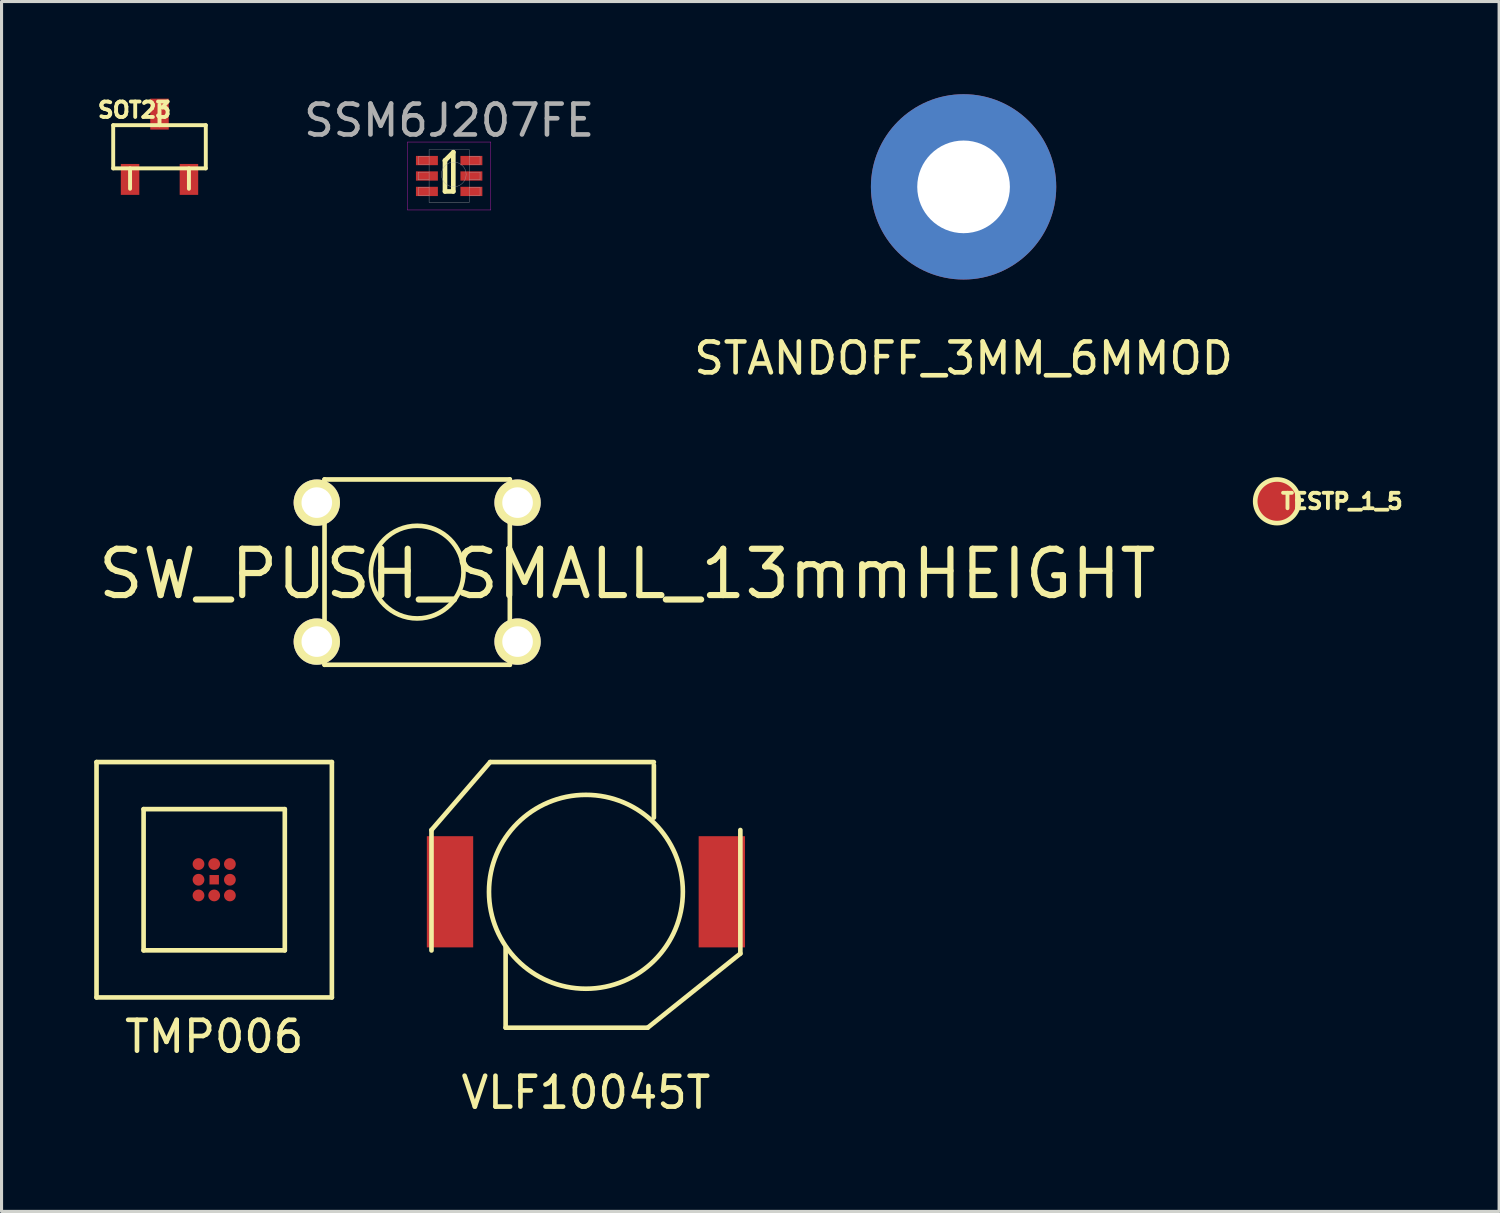
<source format=kicad_pcb>
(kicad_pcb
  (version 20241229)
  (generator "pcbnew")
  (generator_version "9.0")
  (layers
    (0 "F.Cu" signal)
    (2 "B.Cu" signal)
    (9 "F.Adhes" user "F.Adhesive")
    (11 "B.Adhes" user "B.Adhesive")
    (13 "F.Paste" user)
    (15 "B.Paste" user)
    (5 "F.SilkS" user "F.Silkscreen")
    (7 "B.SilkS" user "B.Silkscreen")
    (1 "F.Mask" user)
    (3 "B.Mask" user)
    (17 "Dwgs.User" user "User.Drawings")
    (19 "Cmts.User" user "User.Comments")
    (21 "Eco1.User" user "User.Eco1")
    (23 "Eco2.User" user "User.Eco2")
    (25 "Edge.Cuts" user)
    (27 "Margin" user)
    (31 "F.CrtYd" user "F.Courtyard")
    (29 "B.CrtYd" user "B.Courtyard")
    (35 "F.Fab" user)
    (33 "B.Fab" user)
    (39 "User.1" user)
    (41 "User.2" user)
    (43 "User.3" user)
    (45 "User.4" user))
  (footprint "TMP006"
    (layer "F.Cu")
    (at 3.885 25.433)
    (property "Reference" "TMP006" (at 0 5.08 0) (layer "F.SilkS") (effects (font (size 1 1) (thickness 0.15))))
    (attr through_hole)
    (fp_line (start -3.81 -3.81) (end 3.81 -3.81) (stroke (width 0.15) (type solid)) (layer "F.SilkS"))
    (fp_line (start -3.81 3.81) (end -3.81 -3.81) (stroke (width 0.15) (type solid)) (layer "F.SilkS"))
    (fp_line (start -2.286 -2.286) (end 2.286 -2.286) (stroke (width 0.15) (type solid)) (layer "F.SilkS"))
    (fp_line (start -2.286 2.286) (end -2.286 -2.286) (stroke (width 0.15) (type solid)) (layer "F.SilkS"))
    (fp_line (start 2.286 -2.286) (end 2.286 2.286) (stroke (width 0.15) (type solid)) (layer "F.SilkS"))
    (fp_line (start 2.286 2.286) (end -2.286 2.286) (stroke (width 0.15) (type solid)) (layer "F.SilkS"))
    (fp_line (start 3.81 -3.81) (end 3.81 3.81) (stroke (width 0.15) (type solid)) (layer "F.SilkS"))
    (fp_line (start 3.81 3.81) (end -3.81 3.81) (stroke (width 0.15) (type solid)) (layer "F.SilkS"))
    (pad "A1" smd circle (at 0.508 0.508) (size 0.381 0.381) (layers "F.Cu" "F.Mask" "F.Paste"))
    (pad "A2" smd rect (at 0 0) (size 0.305 0.305) (layers "F.Cu" "F.Mask" "F.Paste"))
    (pad "A2" smd circle (at 0 0.508) (size 0.381 0.381) (layers "F.Cu" "F.Mask" "F.Paste"))
    (pad "A3" smd circle (at -0.508 0.508) (size 0.381 0.381) (layers "F.Cu" "F.Mask" "F.Paste"))
    (pad "B1" smd circle (at 0.508 0) (size 0.381 0.381) (layers "F.Cu" "F.Mask" "F.Paste"))
    (pad "B3" smd circle (at -0.508 0) (size 0.381 0.381) (layers "F.Cu" "F.Mask" "F.Paste"))
    (pad "C1" smd circle (at 0.508 -0.508) (size 0.381 0.381) (layers "F.Cu" "F.Mask" "F.Paste"))
    (pad "C2" smd circle (at 0 -0.508) (size 0.381 0.381) (layers "F.Cu" "F.Mask" "F.Paste"))
    (pad "C3" smd circle (at -0.508 -0.508) (size 0.381 0.381) (layers "F.Cu" "F.Mask" "F.Paste")))
  (footprint "TESTP_1_5"
    (layer "F.Cu")
    (at 38.296 13.18)
    (property "Reference" "TESTP_1_5" (at 2.1 0 0) (layer "F.SilkS") (effects (font (size 0.5 0.5) (thickness 0.125))))
    (attr through_hole)
    (fp_circle (center 0 0) (end 0.5 -0.5) (stroke (width 0.15) (type solid)) (fill no) (layer "F.SilkS"))
    (pad "1" smd circle (at 0 0) (size 1.5 1.5) (layers "F.Cu" "F.Mask" "F.Paste")))
  (footprint "VLF10045T"
    (layer "F.Cu")
    (at 15.92 25.823)
    (property "Reference" "VLF10045T" (at 0 6.5 0) (layer "F.SilkS") (effects (font (size 1 1) (thickness 0.15))))
    (attr through_hole)
    (fp_line (start -5 -2) (end -3.1 -4.2) (stroke (width 0.15) (type solid)) (layer "F.SilkS"))
    (fp_line (start -5 1.9) (end -5 -2) (stroke (width 0.15) (type solid)) (layer "F.SilkS"))
    (fp_line (start -3.1 -4.2) (end 2.2 -4.2) (stroke (width 0.15) (type solid)) (layer "F.SilkS"))
    (fp_line (start -2.6 4.4) (end -2.6 1.8) (stroke (width 0.15) (type solid)) (layer "F.SilkS"))
    (fp_line (start 2 4.4) (end -2.6 4.4) (stroke (width 0.15) (type solid)) (layer "F.SilkS"))
    (fp_line (start 2.2 -4.1) (end 2.2 -2.4) (stroke (width 0.15) (type solid)) (layer "F.SilkS"))
    (fp_line (start 5 -2) (end 5 2) (stroke (width 0.15) (type solid)) (layer "F.SilkS"))
    (fp_line (start 5 2) (end 2 4.4) (stroke (width 0.15) (type solid)) (layer "F.SilkS"))
    (fp_circle (center 0 0) (end 2.7 1.6) (stroke (width 0.15) (type solid)) (fill no) (layer "F.SilkS"))
    (pad "1" smd rect (at -4.4 0) (size 1.5 3.6) (layers "F.Cu" "F.Mask" "F.Paste"))
    (pad "2" smd rect (at 4.4 0) (size 1.5 3.6) (layers "F.Cu" "F.Mask" "F.Paste")))
  (footprint "SSM6J207FE"
    (layer "F.Cu")
    (at 11.492 2.648)
    (property "Reference" "SSM6J207FE" (at 0 -1.8 0) (layer "F.Fab") (effects (font (size 1 1) (thickness 0.15))))
    (attr through_hole)
    (fp_line (start -0.135 -0.5) (end -0.135 -0.5) (stroke (width 0.15) (type solid)) (layer "F.SilkS"))
    (fp_line (start -0.135 -0.5) (end -0.135 0.5) (stroke (width 0.15) (type solid)) (layer "F.SilkS"))
    (fp_line (start -0.135 0.5) (end 0.135 0.5) (stroke (width 0.15) (type solid)) (layer "F.SilkS"))
    (fp_line (start 0.135 -0.77) (end -0.135 -0.5) (stroke (width 0.15) (type solid)) (layer "F.SilkS"))
    (fp_line (start 0.135 0.5) (end 0.135 -0.77) (stroke (width 0.15) (type solid)) (layer "F.SilkS"))
    (fp_line (start -1.35 -1.1) (end 1.35 -1.1) (stroke (width 0.01) (type solid)) (layer "F.CrtYd"))
    (fp_line (start -1.35 1.1) (end -1.35 -1.1) (stroke (width 0.01) (type solid)) (layer "F.CrtYd"))
    (fp_line (start 1.35 -1.1) (end 1.35 1.1) (stroke (width 0.01) (type solid)) (layer "F.CrtYd"))
    (fp_line (start 1.35 1.1) (end -1.35 1.1) (stroke (width 0.01) (type solid)) (layer "F.CrtYd"))
    (fp_line (start -1 -0.625) (end -0.65 -0.625) (stroke (width 0.01) (type solid)) (layer "F.Fab"))
    (fp_line (start -1 -0.375) (end -1 -0.625) (stroke (width 0.01) (type solid)) (layer "F.Fab"))
    (fp_line (start -1 -0.125) (end -0.65 -0.125) (stroke (width 0.01) (type solid)) (layer "F.Fab"))
    (fp_line (start -1 0.125) (end -1 -0.125) (stroke (width 0.01) (type solid)) (layer "F.Fab"))
    (fp_line (start -1 0.375) (end -0.65 0.375) (stroke (width 0.01) (type solid)) (layer "F.Fab"))
    (fp_line (start -1 0.625) (end -1 0.375) (stroke (width 0.01) (type solid)) (layer "F.Fab"))
    (fp_line (start -0.65 -0.85) (end 0.65 -0.85) (stroke (width 0.01) (type solid)) (layer "F.Fab"))
    (fp_line (start -0.65 -0.375) (end -1 -0.375) (stroke (width 0.01) (type solid)) (layer "F.Fab"))
    (fp_line (start -0.65 0.125) (end -1 0.125) (stroke (width 0.01) (type solid)) (layer "F.Fab"))
    (fp_line (start -0.65 0.625) (end -1 0.625) (stroke (width 0.01) (type solid)) (layer "F.Fab"))
    (fp_line (start -0.65 0.85) (end -0.65 -0.85) (stroke (width 0.01) (type solid)) (layer "F.Fab"))
    (fp_line (start 0.65 -0.85) (end 0.65 0.85) (stroke (width 0.01) (type solid)) (layer "F.Fab"))
    (fp_line (start 0.65 -0.625) (end 1 -0.625) (stroke (width 0.01) (type solid)) (layer "F.Fab"))
    (fp_line (start 0.65 -0.125) (end 1 -0.125) (stroke (width 0.01) (type solid)) (layer "F.Fab"))
    (fp_line (start 0.65 0.375) (end 1 0.375) (stroke (width 0.01) (type solid)) (layer "F.Fab"))
    (fp_line (start 0.65 0.85) (end -0.65 0.85) (stroke (width 0.01) (type solid)) (layer "F.Fab"))
    (fp_line (start 1 -0.625) (end 1 -0.375) (stroke (width 0.01) (type solid)) (layer "F.Fab"))
    (fp_line (start 1 -0.375) (end 0.65 -0.375) (stroke (width 0.01) (type solid)) (layer "F.Fab"))
    (fp_line (start 1 -0.125) (end 1 0.125) (stroke (width 0.01) (type solid)) (layer "F.Fab"))
    (fp_line (start 1 0.125) (end 0.65 0.125) (stroke (width 0.01) (type solid)) (layer "F.Fab"))
    (fp_line (start 1 0.375) (end 1 0.625) (stroke (width 0.01) (type solid)) (layer "F.Fab"))
    (fp_line (start 1 0.625) (end 0.65 0.625) (stroke (width 0.01) (type solid)) (layer "F.Fab"))
    (fp_circle (center 0.15 -0.05) (end 0.15 0.35) (stroke (width 0.01) (type solid)) (fill no) (layer "F.Fab"))
    (pad "1" smd rect (at -0.72 -0.5) (size 0.71 0.3) (layers "F.Cu" "F.Mask" "F.Paste"))
    (pad "1" smd rect (at -0.72 0) (size 0.71 0.3) (layers "F.Cu" "F.Mask" "F.Paste"))
    (pad "1" smd rect (at 0.72 -0.5) (size 0.71 0.3) (layers "F.Cu" "F.Mask" "F.Paste"))
    (pad "1" smd rect (at 0.72 0) (size 0.71 0.3) (layers "F.Cu" "F.Mask" "F.Paste"))
    (pad "2" smd rect (at 0.72 0.5) (size 0.71 0.3) (layers "F.Cu" "F.Mask" "F.Paste"))
    (pad "3" smd rect (at -0.72 0.5) (size 0.71 0.3) (layers "F.Cu" "F.Mask" "F.Paste")))
  (footprint "SW_PUSH_SMALL_13mmHEIGHT"
    (layer "F.Cu")
    (at 10.457 15.473)
    (property "Reference" "SW_PUSH_SMALL_13mmHEIGHT" (at 6.8 0.06 0) (layer "F.SilkS") (effects (font (size 1.5 1.5) (thickness 0.2))))
    (attr through_hole)
    (fp_line (start -3 -3) (end -3 3) (stroke (width 0.15) (type solid)) (layer "F.SilkS"))
    (fp_line (start -3 -3) (end 3 -3) (stroke (width 0.15) (type solid)) (layer "F.SilkS"))
    (fp_line (start 3 -3) (end 3 3) (stroke (width 0.15) (type solid)) (layer "F.SilkS"))
    (fp_line (start 3 3) (end -3 3) (stroke (width 0.15) (type solid)) (layer "F.SilkS"))
    (fp_circle (center 0 0) (end 0 -1.5) (stroke (width 0.15) (type solid)) (fill no) (layer "F.SilkS"))
    (pad "1" thru_hole circle (at -3.25 -2.25) (size 1.5 1.5) (drill 0.99) (layers "*.Cu" "*.Mask" "F.SilkS"))
    (pad "1" thru_hole circle (at 3.25 -2.25) (size 1.5 1.5) (drill 0.99) (layers "*.Cu" "*.Mask" "F.SilkS"))
    (pad "2" thru_hole circle (at -3.25 2.25) (size 1.5 1.5) (drill 0.99) (layers "*.Cu" "*.Mask" "F.SilkS"))
    (pad "2" thru_hole circle (at 3.25 2.25) (size 1.5 1.5) (drill 0.99) (layers "*.Cu" "*.Mask" "F.SilkS")))
  (footprint "SOT23"
    (layer "F.Cu")
    (at 2.114 1.702)
    (property "Reference" "SOT23" (at -0.81 -1.19 0) (layer "F.SilkS") (effects (font (size 0.5 0.5) (thickness 0.125))))
    (attr through_hole)
    (fp_line (start -1.499 -0.699) (end 1.499 -0.699) (stroke (width 0.127) (type solid)) (layer "F.SilkS"))
    (fp_line (start -1.499 0.699) (end -1.499 -0.699) (stroke (width 0.127) (type solid)) (layer "F.SilkS"))
    (fp_line (start -0.953 0.699) (end -0.953 1.359) (stroke (width 0.127) (type solid)) (layer "F.SilkS"))
    (fp_line (start 0 -0.699) (end 0 -1.359) (stroke (width 0.127) (type solid)) (layer "F.SilkS"))
    (fp_line (start 0.953 0.699) (end 0.953 1.359) (stroke (width 0.127) (type solid)) (layer "F.SilkS"))
    (fp_line (start 1.499 -0.699) (end 1.499 0.699) (stroke (width 0.127) (type solid)) (layer "F.SilkS"))
    (fp_line (start 1.499 0.699) (end -1.499 0.699) (stroke (width 0.127) (type solid)) (layer "F.SilkS"))
    (pad "1" smd rect (at -0.953 1.057) (size 0.599 1.001) (layers "F.Cu" "F.Mask" "F.Paste"))
    (pad "2" smd rect (at 0.953 1.057) (size 0.599 1.001) (layers "F.Cu" "F.Mask" "F.Paste"))
    (pad "3" smd rect (at 0 -1.057) (size 0.599 1.001) (layers "F.Cu" "F.Mask" "F.Paste")))
  (footprint "STANDOFF_3MM_6MMOD"
    (layer "F.Cu")
    (at 28.147 3)
    (property "Reference" "STANDOFF_3MM_6MMOD" (at 0 5.55 0) (layer "F.SilkS") (effects (font (size 1 1) (thickness 0.15))))
    (attr through_hole)
    (pad "1" thru_hole circle (at 0 0) (size 6 6) (drill 3) (layers "*.Cu" "*.Mask")))
  (gr_rect
    (start -3 -3)
    (end 45.486 36.172)
    (stroke (width 0.1) (type default))
    (fill no)
    (layer "Edge.Cuts")))
</source>
